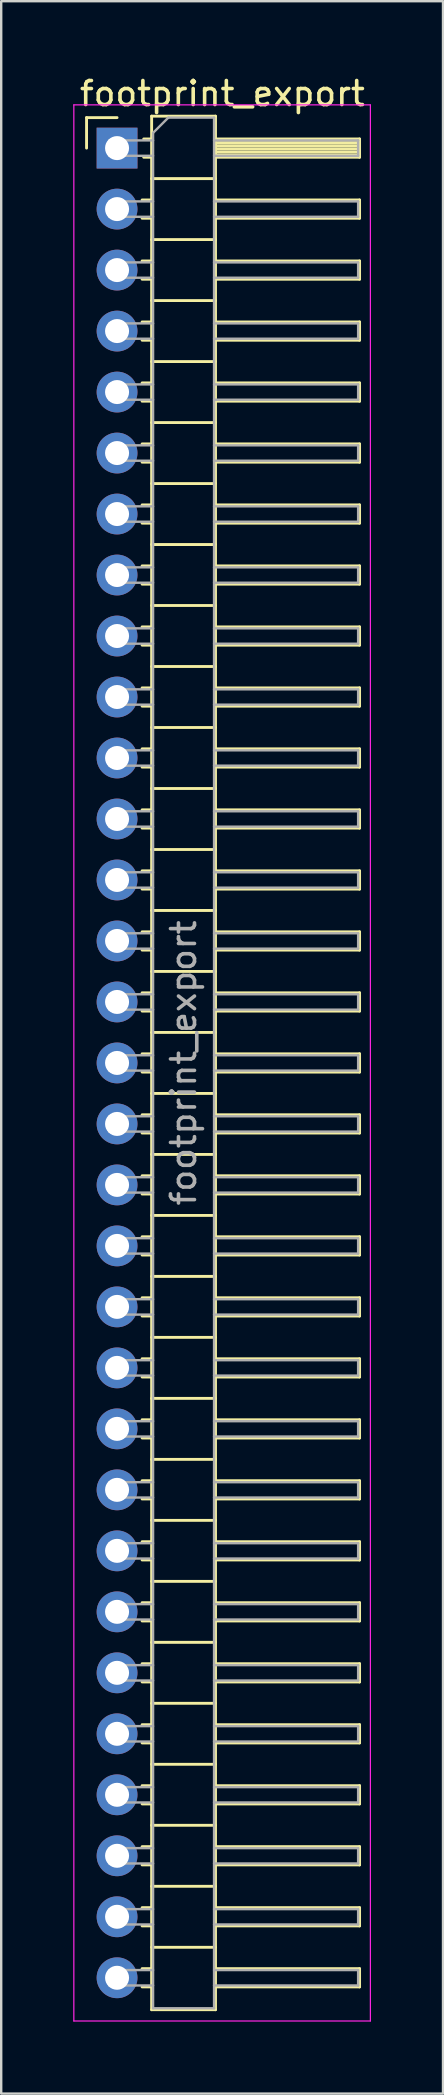
<source format=kicad_pcb>
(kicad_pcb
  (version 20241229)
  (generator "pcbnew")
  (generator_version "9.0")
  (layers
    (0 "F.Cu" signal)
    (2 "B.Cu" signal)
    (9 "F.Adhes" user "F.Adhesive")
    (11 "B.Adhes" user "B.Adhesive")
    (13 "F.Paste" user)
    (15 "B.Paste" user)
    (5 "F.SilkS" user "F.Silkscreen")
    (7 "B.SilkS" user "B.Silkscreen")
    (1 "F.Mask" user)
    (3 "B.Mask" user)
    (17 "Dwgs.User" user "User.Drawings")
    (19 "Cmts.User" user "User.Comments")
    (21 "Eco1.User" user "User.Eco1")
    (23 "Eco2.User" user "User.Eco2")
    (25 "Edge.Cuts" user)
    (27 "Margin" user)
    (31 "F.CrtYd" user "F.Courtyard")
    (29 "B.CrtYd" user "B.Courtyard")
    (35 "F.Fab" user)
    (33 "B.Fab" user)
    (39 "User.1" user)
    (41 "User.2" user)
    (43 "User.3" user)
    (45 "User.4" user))
  (footprint "footprint_export"
    (layer "F.Cu")
    (at 1.825 3.118)
    (property "Reference" "footprint_export" (at 4.385 -2.27 0) (layer "F.SilkS") (effects (font (size 1 1) (thickness 0.15))))
    (attr through_hole)
    (fp_line (start -1.27 -1.27) (end 0 -1.27) (stroke (width 0.12) (type solid)) (layer "F.SilkS"))
    (fp_line (start -1.27 0) (end -1.27 -1.27) (stroke (width 0.12) (type solid)) (layer "F.SilkS"))
    (fp_line (start 1.043 2.16) (end 1.44 2.16) (stroke (width 0.12) (type solid)) (layer "F.SilkS"))
    (fp_line (start 1.043 2.92) (end 1.44 2.92) (stroke (width 0.12) (type solid)) (layer "F.SilkS"))
    (fp_line (start 1.043 4.7) (end 1.44 4.7) (stroke (width 0.12) (type solid)) (layer "F.SilkS"))
    (fp_line (start 1.043 5.46) (end 1.44 5.46) (stroke (width 0.12) (type solid)) (layer "F.SilkS"))
    (fp_line (start 1.043 7.24) (end 1.44 7.24) (stroke (width 0.12) (type solid)) (layer "F.SilkS"))
    (fp_line (start 1.043 8) (end 1.44 8) (stroke (width 0.12) (type solid)) (layer "F.SilkS"))
    (fp_line (start 1.043 9.78) (end 1.44 9.78) (stroke (width 0.12) (type solid)) (layer "F.SilkS"))
    (fp_line (start 1.043 10.54) (end 1.44 10.54) (stroke (width 0.12) (type solid)) (layer "F.SilkS"))
    (fp_line (start 1.043 12.32) (end 1.44 12.32) (stroke (width 0.12) (type solid)) (layer "F.SilkS"))
    (fp_line (start 1.043 13.08) (end 1.44 13.08) (stroke (width 0.12) (type solid)) (layer "F.SilkS"))
    (fp_line (start 1.043 14.86) (end 1.44 14.86) (stroke (width 0.12) (type solid)) (layer "F.SilkS"))
    (fp_line (start 1.043 15.62) (end 1.44 15.62) (stroke (width 0.12) (type solid)) (layer "F.SilkS"))
    (fp_line (start 1.043 17.4) (end 1.44 17.4) (stroke (width 0.12) (type solid)) (layer "F.SilkS"))
    (fp_line (start 1.043 18.16) (end 1.44 18.16) (stroke (width 0.12) (type solid)) (layer "F.SilkS"))
    (fp_line (start 1.043 19.94) (end 1.44 19.94) (stroke (width 0.12) (type solid)) (layer "F.SilkS"))
    (fp_line (start 1.043 20.7) (end 1.44 20.7) (stroke (width 0.12) (type solid)) (layer "F.SilkS"))
    (fp_line (start 1.043 22.48) (end 1.44 22.48) (stroke (width 0.12) (type solid)) (layer "F.SilkS"))
    (fp_line (start 1.043 23.24) (end 1.44 23.24) (stroke (width 0.12) (type solid)) (layer "F.SilkS"))
    (fp_line (start 1.043 25.02) (end 1.44 25.02) (stroke (width 0.12) (type solid)) (layer "F.SilkS"))
    (fp_line (start 1.043 25.78) (end 1.44 25.78) (stroke (width 0.12) (type solid)) (layer "F.SilkS"))
    (fp_line (start 1.043 27.56) (end 1.44 27.56) (stroke (width 0.12) (type solid)) (layer "F.SilkS"))
    (fp_line (start 1.043 28.32) (end 1.44 28.32) (stroke (width 0.12) (type solid)) (layer "F.SilkS"))
    (fp_line (start 1.043 30.1) (end 1.44 30.1) (stroke (width 0.12) (type solid)) (layer "F.SilkS"))
    (fp_line (start 1.043 30.86) (end 1.44 30.86) (stroke (width 0.12) (type solid)) (layer "F.SilkS"))
    (fp_line (start 1.043 32.64) (end 1.44 32.64) (stroke (width 0.12) (type solid)) (layer "F.SilkS"))
    (fp_line (start 1.043 33.4) (end 1.44 33.4) (stroke (width 0.12) (type solid)) (layer "F.SilkS"))
    (fp_line (start 1.043 35.18) (end 1.44 35.18) (stroke (width 0.12) (type solid)) (layer "F.SilkS"))
    (fp_line (start 1.043 35.94) (end 1.44 35.94) (stroke (width 0.12) (type solid)) (layer "F.SilkS"))
    (fp_line (start 1.043 37.72) (end 1.44 37.72) (stroke (width 0.12) (type solid)) (layer "F.SilkS"))
    (fp_line (start 1.043 38.48) (end 1.44 38.48) (stroke (width 0.12) (type solid)) (layer "F.SilkS"))
    (fp_line (start 1.043 40.26) (end 1.44 40.26) (stroke (width 0.12) (type solid)) (layer "F.SilkS"))
    (fp_line (start 1.043 41.02) (end 1.44 41.02) (stroke (width 0.12) (type solid)) (layer "F.SilkS"))
    (fp_line (start 1.043 42.8) (end 1.44 42.8) (stroke (width 0.12) (type solid)) (layer "F.SilkS"))
    (fp_line (start 1.043 43.56) (end 1.44 43.56) (stroke (width 0.12) (type solid)) (layer "F.SilkS"))
    (fp_line (start 1.043 45.34) (end 1.44 45.34) (stroke (width 0.12) (type solid)) (layer "F.SilkS"))
    (fp_line (start 1.043 46.1) (end 1.44 46.1) (stroke (width 0.12) (type solid)) (layer "F.SilkS"))
    (fp_line (start 1.043 47.88) (end 1.44 47.88) (stroke (width 0.12) (type solid)) (layer "F.SilkS"))
    (fp_line (start 1.043 48.64) (end 1.44 48.64) (stroke (width 0.12) (type solid)) (layer "F.SilkS"))
    (fp_line (start 1.043 50.42) (end 1.44 50.42) (stroke (width 0.12) (type solid)) (layer "F.SilkS"))
    (fp_line (start 1.043 51.18) (end 1.44 51.18) (stroke (width 0.12) (type solid)) (layer "F.SilkS"))
    (fp_line (start 1.043 52.96) (end 1.44 52.96) (stroke (width 0.12) (type solid)) (layer "F.SilkS"))
    (fp_line (start 1.043 53.72) (end 1.44 53.72) (stroke (width 0.12) (type solid)) (layer "F.SilkS"))
    (fp_line (start 1.043 55.5) (end 1.44 55.5) (stroke (width 0.12) (type solid)) (layer "F.SilkS"))
    (fp_line (start 1.043 56.26) (end 1.44 56.26) (stroke (width 0.12) (type solid)) (layer "F.SilkS"))
    (fp_line (start 1.043 58.04) (end 1.44 58.04) (stroke (width 0.12) (type solid)) (layer "F.SilkS"))
    (fp_line (start 1.043 58.8) (end 1.44 58.8) (stroke (width 0.12) (type solid)) (layer "F.SilkS"))
    (fp_line (start 1.043 60.58) (end 1.44 60.58) (stroke (width 0.12) (type solid)) (layer "F.SilkS"))
    (fp_line (start 1.043 61.34) (end 1.44 61.34) (stroke (width 0.12) (type solid)) (layer "F.SilkS"))
    (fp_line (start 1.043 63.12) (end 1.44 63.12) (stroke (width 0.12) (type solid)) (layer "F.SilkS"))
    (fp_line (start 1.043 63.88) (end 1.44 63.88) (stroke (width 0.12) (type solid)) (layer "F.SilkS"))
    (fp_line (start 1.043 65.66) (end 1.44 65.66) (stroke (width 0.12) (type solid)) (layer "F.SilkS"))
    (fp_line (start 1.043 66.42) (end 1.44 66.42) (stroke (width 0.12) (type solid)) (layer "F.SilkS"))
    (fp_line (start 1.043 68.2) (end 1.44 68.2) (stroke (width 0.12) (type solid)) (layer "F.SilkS"))
    (fp_line (start 1.043 68.96) (end 1.44 68.96) (stroke (width 0.12) (type solid)) (layer "F.SilkS"))
    (fp_line (start 1.043 70.74) (end 1.44 70.74) (stroke (width 0.12) (type solid)) (layer "F.SilkS"))
    (fp_line (start 1.043 71.5) (end 1.44 71.5) (stroke (width 0.12) (type solid)) (layer "F.SilkS"))
    (fp_line (start 1.043 73.28) (end 1.44 73.28) (stroke (width 0.12) (type solid)) (layer "F.SilkS"))
    (fp_line (start 1.043 74.04) (end 1.44 74.04) (stroke (width 0.12) (type solid)) (layer "F.SilkS"))
    (fp_line (start 1.043 75.82) (end 1.44 75.82) (stroke (width 0.12) (type solid)) (layer "F.SilkS"))
    (fp_line (start 1.043 76.58) (end 1.44 76.58) (stroke (width 0.12) (type solid)) (layer "F.SilkS"))
    (fp_line (start 1.11 -0.38) (end 1.44 -0.38) (stroke (width 0.12) (type solid)) (layer "F.SilkS"))
    (fp_line (start 1.11 0.38) (end 1.44 0.38) (stroke (width 0.12) (type solid)) (layer "F.SilkS"))
    (fp_line (start 1.44 -1.33) (end 1.44 77.53) (stroke (width 0.12) (type solid)) (layer "F.SilkS"))
    (fp_line (start 1.44 1.27) (end 4.1 1.27) (stroke (width 0.12) (type solid)) (layer "F.SilkS"))
    (fp_line (start 1.44 3.81) (end 4.1 3.81) (stroke (width 0.12) (type solid)) (layer "F.SilkS"))
    (fp_line (start 1.44 6.35) (end 4.1 6.35) (stroke (width 0.12) (type solid)) (layer "F.SilkS"))
    (fp_line (start 1.44 8.89) (end 4.1 8.89) (stroke (width 0.12) (type solid)) (layer "F.SilkS"))
    (fp_line (start 1.44 11.43) (end 4.1 11.43) (stroke (width 0.12) (type solid)) (layer "F.SilkS"))
    (fp_line (start 1.44 13.97) (end 4.1 13.97) (stroke (width 0.12) (type solid)) (layer "F.SilkS"))
    (fp_line (start 1.44 16.51) (end 4.1 16.51) (stroke (width 0.12) (type solid)) (layer "F.SilkS"))
    (fp_line (start 1.44 19.05) (end 4.1 19.05) (stroke (width 0.12) (type solid)) (layer "F.SilkS"))
    (fp_line (start 1.44 21.59) (end 4.1 21.59) (stroke (width 0.12) (type solid)) (layer "F.SilkS"))
    (fp_line (start 1.44 24.13) (end 4.1 24.13) (stroke (width 0.12) (type solid)) (layer "F.SilkS"))
    (fp_line (start 1.44 26.67) (end 4.1 26.67) (stroke (width 0.12) (type solid)) (layer "F.SilkS"))
    (fp_line (start 1.44 29.21) (end 4.1 29.21) (stroke (width 0.12) (type solid)) (layer "F.SilkS"))
    (fp_line (start 1.44 31.75) (end 4.1 31.75) (stroke (width 0.12) (type solid)) (layer "F.SilkS"))
    (fp_line (start 1.44 34.29) (end 4.1 34.29) (stroke (width 0.12) (type solid)) (layer "F.SilkS"))
    (fp_line (start 1.44 36.83) (end 4.1 36.83) (stroke (width 0.12) (type solid)) (layer "F.SilkS"))
    (fp_line (start 1.44 39.37) (end 4.1 39.37) (stroke (width 0.12) (type solid)) (layer "F.SilkS"))
    (fp_line (start 1.44 41.91) (end 4.1 41.91) (stroke (width 0.12) (type solid)) (layer "F.SilkS"))
    (fp_line (start 1.44 44.45) (end 4.1 44.45) (stroke (width 0.12) (type solid)) (layer "F.SilkS"))
    (fp_line (start 1.44 46.99) (end 4.1 46.99) (stroke (width 0.12) (type solid)) (layer "F.SilkS"))
    (fp_line (start 1.44 49.53) (end 4.1 49.53) (stroke (width 0.12) (type solid)) (layer "F.SilkS"))
    (fp_line (start 1.44 52.07) (end 4.1 52.07) (stroke (width 0.12) (type solid)) (layer "F.SilkS"))
    (fp_line (start 1.44 54.61) (end 4.1 54.61) (stroke (width 0.12) (type solid)) (layer "F.SilkS"))
    (fp_line (start 1.44 57.15) (end 4.1 57.15) (stroke (width 0.12) (type solid)) (layer "F.SilkS"))
    (fp_line (start 1.44 59.69) (end 4.1 59.69) (stroke (width 0.12) (type solid)) (layer "F.SilkS"))
    (fp_line (start 1.44 62.23) (end 4.1 62.23) (stroke (width 0.12) (type solid)) (layer "F.SilkS"))
    (fp_line (start 1.44 64.77) (end 4.1 64.77) (stroke (width 0.12) (type solid)) (layer "F.SilkS"))
    (fp_line (start 1.44 67.31) (end 4.1 67.31) (stroke (width 0.12) (type solid)) (layer "F.SilkS"))
    (fp_line (start 1.44 69.85) (end 4.1 69.85) (stroke (width 0.12) (type solid)) (layer "F.SilkS"))
    (fp_line (start 1.44 72.39) (end 4.1 72.39) (stroke (width 0.12) (type solid)) (layer "F.SilkS"))
    (fp_line (start 1.44 74.93) (end 4.1 74.93) (stroke (width 0.12) (type solid)) (layer "F.SilkS"))
    (fp_line (start 1.44 77.53) (end 4.1 77.53) (stroke (width 0.12) (type solid)) (layer "F.SilkS"))
    (fp_line (start 4.1 -1.33) (end 1.44 -1.33) (stroke (width 0.12) (type solid)) (layer "F.SilkS"))
    (fp_line (start 4.1 -0.38) (end 10.1 -0.38) (stroke (width 0.12) (type solid)) (layer "F.SilkS"))
    (fp_line (start 4.1 -0.32) (end 10.1 -0.32) (stroke (width 0.12) (type solid)) (layer "F.SilkS"))
    (fp_line (start 4.1 -0.2) (end 10.1 -0.2) (stroke (width 0.12) (type solid)) (layer "F.SilkS"))
    (fp_line (start 4.1 -0.08) (end 10.1 -0.08) (stroke (width 0.12) (type solid)) (layer "F.SilkS"))
    (fp_line (start 4.1 0.04) (end 10.1 0.04) (stroke (width 0.12) (type solid)) (layer "F.SilkS"))
    (fp_line (start 4.1 0.16) (end 10.1 0.16) (stroke (width 0.12) (type solid)) (layer "F.SilkS"))
    (fp_line (start 4.1 0.28) (end 10.1 0.28) (stroke (width 0.12) (type solid)) (layer "F.SilkS"))
    (fp_line (start 4.1 2.16) (end 10.1 2.16) (stroke (width 0.12) (type solid)) (layer "F.SilkS"))
    (fp_line (start 4.1 4.7) (end 10.1 4.7) (stroke (width 0.12) (type solid)) (layer "F.SilkS"))
    (fp_line (start 4.1 7.24) (end 10.1 7.24) (stroke (width 0.12) (type solid)) (layer "F.SilkS"))
    (fp_line (start 4.1 9.78) (end 10.1 9.78) (stroke (width 0.12) (type solid)) (layer "F.SilkS"))
    (fp_line (start 4.1 12.32) (end 10.1 12.32) (stroke (width 0.12) (type solid)) (layer "F.SilkS"))
    (fp_line (start 4.1 14.86) (end 10.1 14.86) (stroke (width 0.12) (type solid)) (layer "F.SilkS"))
    (fp_line (start 4.1 17.4) (end 10.1 17.4) (stroke (width 0.12) (type solid)) (layer "F.SilkS"))
    (fp_line (start 4.1 19.94) (end 10.1 19.94) (stroke (width 0.12) (type solid)) (layer "F.SilkS"))
    (fp_line (start 4.1 22.48) (end 10.1 22.48) (stroke (width 0.12) (type solid)) (layer "F.SilkS"))
    (fp_line (start 4.1 25.02) (end 10.1 25.02) (stroke (width 0.12) (type solid)) (layer "F.SilkS"))
    (fp_line (start 4.1 27.56) (end 10.1 27.56) (stroke (width 0.12) (type solid)) (layer "F.SilkS"))
    (fp_line (start 4.1 30.1) (end 10.1 30.1) (stroke (width 0.12) (type solid)) (layer "F.SilkS"))
    (fp_line (start 4.1 32.64) (end 10.1 32.64) (stroke (width 0.12) (type solid)) (layer "F.SilkS"))
    (fp_line (start 4.1 35.18) (end 10.1 35.18) (stroke (width 0.12) (type solid)) (layer "F.SilkS"))
    (fp_line (start 4.1 37.72) (end 10.1 37.72) (stroke (width 0.12) (type solid)) (layer "F.SilkS"))
    (fp_line (start 4.1 40.26) (end 10.1 40.26) (stroke (width 0.12) (type solid)) (layer "F.SilkS"))
    (fp_line (start 4.1 42.8) (end 10.1 42.8) (stroke (width 0.12) (type solid)) (layer "F.SilkS"))
    (fp_line (start 4.1 45.34) (end 10.1 45.34) (stroke (width 0.12) (type solid)) (layer "F.SilkS"))
    (fp_line (start 4.1 47.88) (end 10.1 47.88) (stroke (width 0.12) (type solid)) (layer "F.SilkS"))
    (fp_line (start 4.1 50.42) (end 10.1 50.42) (stroke (width 0.12) (type solid)) (layer "F.SilkS"))
    (fp_line (start 4.1 52.96) (end 10.1 52.96) (stroke (width 0.12) (type solid)) (layer "F.SilkS"))
    (fp_line (start 4.1 55.5) (end 10.1 55.5) (stroke (width 0.12) (type solid)) (layer "F.SilkS"))
    (fp_line (start 4.1 58.04) (end 10.1 58.04) (stroke (width 0.12) (type solid)) (layer "F.SilkS"))
    (fp_line (start 4.1 60.58) (end 10.1 60.58) (stroke (width 0.12) (type solid)) (layer "F.SilkS"))
    (fp_line (start 4.1 63.12) (end 10.1 63.12) (stroke (width 0.12) (type solid)) (layer "F.SilkS"))
    (fp_line (start 4.1 65.66) (end 10.1 65.66) (stroke (width 0.12) (type solid)) (layer "F.SilkS"))
    (fp_line (start 4.1 68.2) (end 10.1 68.2) (stroke (width 0.12) (type solid)) (layer "F.SilkS"))
    (fp_line (start 4.1 70.74) (end 10.1 70.74) (stroke (width 0.12) (type solid)) (layer "F.SilkS"))
    (fp_line (start 4.1 73.28) (end 10.1 73.28) (stroke (width 0.12) (type solid)) (layer "F.SilkS"))
    (fp_line (start 4.1 75.82) (end 10.1 75.82) (stroke (width 0.12) (type solid)) (layer "F.SilkS"))
    (fp_line (start 4.1 77.53) (end 4.1 -1.33) (stroke (width 0.12) (type solid)) (layer "F.SilkS"))
    (fp_line (start 10.1 -0.38) (end 10.1 0.38) (stroke (width 0.12) (type solid)) (layer "F.SilkS"))
    (fp_line (start 10.1 0.38) (end 4.1 0.38) (stroke (width 0.12) (type solid)) (layer "F.SilkS"))
    (fp_line (start 10.1 2.16) (end 10.1 2.92) (stroke (width 0.12) (type solid)) (layer "F.SilkS"))
    (fp_line (start 10.1 2.92) (end 4.1 2.92) (stroke (width 0.12) (type solid)) (layer "F.SilkS"))
    (fp_line (start 10.1 4.7) (end 10.1 5.46) (stroke (width 0.12) (type solid)) (layer "F.SilkS"))
    (fp_line (start 10.1 5.46) (end 4.1 5.46) (stroke (width 0.12) (type solid)) (layer "F.SilkS"))
    (fp_line (start 10.1 7.24) (end 10.1 8) (stroke (width 0.12) (type solid)) (layer "F.SilkS"))
    (fp_line (start 10.1 8) (end 4.1 8) (stroke (width 0.12) (type solid)) (layer "F.SilkS"))
    (fp_line (start 10.1 9.78) (end 10.1 10.54) (stroke (width 0.12) (type solid)) (layer "F.SilkS"))
    (fp_line (start 10.1 10.54) (end 4.1 10.54) (stroke (width 0.12) (type solid)) (layer "F.SilkS"))
    (fp_line (start 10.1 12.32) (end 10.1 13.08) (stroke (width 0.12) (type solid)) (layer "F.SilkS"))
    (fp_line (start 10.1 13.08) (end 4.1 13.08) (stroke (width 0.12) (type solid)) (layer "F.SilkS"))
    (fp_line (start 10.1 14.86) (end 10.1 15.62) (stroke (width 0.12) (type solid)) (layer "F.SilkS"))
    (fp_line (start 10.1 15.62) (end 4.1 15.62) (stroke (width 0.12) (type solid)) (layer "F.SilkS"))
    (fp_line (start 10.1 17.4) (end 10.1 18.16) (stroke (width 0.12) (type solid)) (layer "F.SilkS"))
    (fp_line (start 10.1 18.16) (end 4.1 18.16) (stroke (width 0.12) (type solid)) (layer "F.SilkS"))
    (fp_line (start 10.1 19.94) (end 10.1 20.7) (stroke (width 0.12) (type solid)) (layer "F.SilkS"))
    (fp_line (start 10.1 20.7) (end 4.1 20.7) (stroke (width 0.12) (type solid)) (layer "F.SilkS"))
    (fp_line (start 10.1 22.48) (end 10.1 23.24) (stroke (width 0.12) (type solid)) (layer "F.SilkS"))
    (fp_line (start 10.1 23.24) (end 4.1 23.24) (stroke (width 0.12) (type solid)) (layer "F.SilkS"))
    (fp_line (start 10.1 25.02) (end 10.1 25.78) (stroke (width 0.12) (type solid)) (layer "F.SilkS"))
    (fp_line (start 10.1 25.78) (end 4.1 25.78) (stroke (width 0.12) (type solid)) (layer "F.SilkS"))
    (fp_line (start 10.1 27.56) (end 10.1 28.32) (stroke (width 0.12) (type solid)) (layer "F.SilkS"))
    (fp_line (start 10.1 28.32) (end 4.1 28.32) (stroke (width 0.12) (type solid)) (layer "F.SilkS"))
    (fp_line (start 10.1 30.1) (end 10.1 30.86) (stroke (width 0.12) (type solid)) (layer "F.SilkS"))
    (fp_line (start 10.1 30.86) (end 4.1 30.86) (stroke (width 0.12) (type solid)) (layer "F.SilkS"))
    (fp_line (start 10.1 32.64) (end 10.1 33.4) (stroke (width 0.12) (type solid)) (layer "F.SilkS"))
    (fp_line (start 10.1 33.4) (end 4.1 33.4) (stroke (width 0.12) (type solid)) (layer "F.SilkS"))
    (fp_line (start 10.1 35.18) (end 10.1 35.94) (stroke (width 0.12) (type solid)) (layer "F.SilkS"))
    (fp_line (start 10.1 35.94) (end 4.1 35.94) (stroke (width 0.12) (type solid)) (layer "F.SilkS"))
    (fp_line (start 10.1 37.72) (end 10.1 38.48) (stroke (width 0.12) (type solid)) (layer "F.SilkS"))
    (fp_line (start 10.1 38.48) (end 4.1 38.48) (stroke (width 0.12) (type solid)) (layer "F.SilkS"))
    (fp_line (start 10.1 40.26) (end 10.1 41.02) (stroke (width 0.12) (type solid)) (layer "F.SilkS"))
    (fp_line (start 10.1 41.02) (end 4.1 41.02) (stroke (width 0.12) (type solid)) (layer "F.SilkS"))
    (fp_line (start 10.1 42.8) (end 10.1 43.56) (stroke (width 0.12) (type solid)) (layer "F.SilkS"))
    (fp_line (start 10.1 43.56) (end 4.1 43.56) (stroke (width 0.12) (type solid)) (layer "F.SilkS"))
    (fp_line (start 10.1 45.34) (end 10.1 46.1) (stroke (width 0.12) (type solid)) (layer "F.SilkS"))
    (fp_line (start 10.1 46.1) (end 4.1 46.1) (stroke (width 0.12) (type solid)) (layer "F.SilkS"))
    (fp_line (start 10.1 47.88) (end 10.1 48.64) (stroke (width 0.12) (type solid)) (layer "F.SilkS"))
    (fp_line (start 10.1 48.64) (end 4.1 48.64) (stroke (width 0.12) (type solid)) (layer "F.SilkS"))
    (fp_line (start 10.1 50.42) (end 10.1 51.18) (stroke (width 0.12) (type solid)) (layer "F.SilkS"))
    (fp_line (start 10.1 51.18) (end 4.1 51.18) (stroke (width 0.12) (type solid)) (layer "F.SilkS"))
    (fp_line (start 10.1 52.96) (end 10.1 53.72) (stroke (width 0.12) (type solid)) (layer "F.SilkS"))
    (fp_line (start 10.1 53.72) (end 4.1 53.72) (stroke (width 0.12) (type solid)) (layer "F.SilkS"))
    (fp_line (start 10.1 55.5) (end 10.1 56.26) (stroke (width 0.12) (type solid)) (layer "F.SilkS"))
    (fp_line (start 10.1 56.26) (end 4.1 56.26) (stroke (width 0.12) (type solid)) (layer "F.SilkS"))
    (fp_line (start 10.1 58.04) (end 10.1 58.8) (stroke (width 0.12) (type solid)) (layer "F.SilkS"))
    (fp_line (start 10.1 58.8) (end 4.1 58.8) (stroke (width 0.12) (type solid)) (layer "F.SilkS"))
    (fp_line (start 10.1 60.58) (end 10.1 61.34) (stroke (width 0.12) (type solid)) (layer "F.SilkS"))
    (fp_line (start 10.1 61.34) (end 4.1 61.34) (stroke (width 0.12) (type solid)) (layer "F.SilkS"))
    (fp_line (start 10.1 63.12) (end 10.1 63.88) (stroke (width 0.12) (type solid)) (layer "F.SilkS"))
    (fp_line (start 10.1 63.88) (end 4.1 63.88) (stroke (width 0.12) (type solid)) (layer "F.SilkS"))
    (fp_line (start 10.1 65.66) (end 10.1 66.42) (stroke (width 0.12) (type solid)) (layer "F.SilkS"))
    (fp_line (start 10.1 66.42) (end 4.1 66.42) (stroke (width 0.12) (type solid)) (layer "F.SilkS"))
    (fp_line (start 10.1 68.2) (end 10.1 68.96) (stroke (width 0.12) (type solid)) (layer "F.SilkS"))
    (fp_line (start 10.1 68.96) (end 4.1 68.96) (stroke (width 0.12) (type solid)) (layer "F.SilkS"))
    (fp_line (start 10.1 70.74) (end 10.1 71.5) (stroke (width 0.12) (type solid)) (layer "F.SilkS"))
    (fp_line (start 10.1 71.5) (end 4.1 71.5) (stroke (width 0.12) (type solid)) (layer "F.SilkS"))
    (fp_line (start 10.1 73.28) (end 10.1 74.04) (stroke (width 0.12) (type solid)) (layer "F.SilkS"))
    (fp_line (start 10.1 74.04) (end 4.1 74.04) (stroke (width 0.12) (type solid)) (layer "F.SilkS"))
    (fp_line (start 10.1 75.82) (end 10.1 76.58) (stroke (width 0.12) (type solid)) (layer "F.SilkS"))
    (fp_line (start 10.1 76.58) (end 4.1 76.58) (stroke (width 0.12) (type solid)) (layer "F.SilkS"))
    (fp_line (start -1.8 -1.8) (end -1.8 78) (stroke (width 0.05) (type solid)) (layer "F.CrtYd"))
    (fp_line (start -1.8 78) (end 10.55 78) (stroke (width 0.05) (type solid)) (layer "F.CrtYd"))
    (fp_line (start 10.55 -1.8) (end -1.8 -1.8) (stroke (width 0.05) (type solid)) (layer "F.CrtYd"))
    (fp_line (start 10.55 78) (end 10.55 -1.8) (stroke (width 0.05) (type solid)) (layer "F.CrtYd"))
    (fp_line (start -0.32 -0.32) (end -0.32 0.32) (stroke (width 0.1) (type solid)) (layer "F.Fab"))
    (fp_line (start -0.32 -0.32) (end 1.5 -0.32) (stroke (width 0.1) (type solid)) (layer "F.Fab"))
    (fp_line (start -0.32 0.32) (end 1.5 0.32) (stroke (width 0.1) (type solid)) (layer "F.Fab"))
    (fp_line (start -0.32 2.22) (end -0.32 2.86) (stroke (width 0.1) (type solid)) (layer "F.Fab"))
    (fp_line (start -0.32 2.22) (end 1.5 2.22) (stroke (width 0.1) (type solid)) (layer "F.Fab"))
    (fp_line (start -0.32 2.86) (end 1.5 2.86) (stroke (width 0.1) (type solid)) (layer "F.Fab"))
    (fp_line (start -0.32 4.76) (end -0.32 5.4) (stroke (width 0.1) (type solid)) (layer "F.Fab"))
    (fp_line (start -0.32 4.76) (end 1.5 4.76) (stroke (width 0.1) (type solid)) (layer "F.Fab"))
    (fp_line (start -0.32 5.4) (end 1.5 5.4) (stroke (width 0.1) (type solid)) (layer "F.Fab"))
    (fp_line (start -0.32 7.3) (end -0.32 7.94) (stroke (width 0.1) (type solid)) (layer "F.Fab"))
    (fp_line (start -0.32 7.3) (end 1.5 7.3) (stroke (width 0.1) (type solid)) (layer "F.Fab"))
    (fp_line (start -0.32 7.94) (end 1.5 7.94) (stroke (width 0.1) (type solid)) (layer "F.Fab"))
    (fp_line (start -0.32 9.84) (end -0.32 10.48) (stroke (width 0.1) (type solid)) (layer "F.Fab"))
    (fp_line (start -0.32 9.84) (end 1.5 9.84) (stroke (width 0.1) (type solid)) (layer "F.Fab"))
    (fp_line (start -0.32 10.48) (end 1.5 10.48) (stroke (width 0.1) (type solid)) (layer "F.Fab"))
    (fp_line (start -0.32 12.38) (end -0.32 13.02) (stroke (width 0.1) (type solid)) (layer "F.Fab"))
    (fp_line (start -0.32 12.38) (end 1.5 12.38) (stroke (width 0.1) (type solid)) (layer "F.Fab"))
    (fp_line (start -0.32 13.02) (end 1.5 13.02) (stroke (width 0.1) (type solid)) (layer "F.Fab"))
    (fp_line (start -0.32 14.92) (end -0.32 15.56) (stroke (width 0.1) (type solid)) (layer "F.Fab"))
    (fp_line (start -0.32 14.92) (end 1.5 14.92) (stroke (width 0.1) (type solid)) (layer "F.Fab"))
    (fp_line (start -0.32 15.56) (end 1.5 15.56) (stroke (width 0.1) (type solid)) (layer "F.Fab"))
    (fp_line (start -0.32 17.46) (end -0.32 18.1) (stroke (width 0.1) (type solid)) (layer "F.Fab"))
    (fp_line (start -0.32 17.46) (end 1.5 17.46) (stroke (width 0.1) (type solid)) (layer "F.Fab"))
    (fp_line (start -0.32 18.1) (end 1.5 18.1) (stroke (width 0.1) (type solid)) (layer "F.Fab"))
    (fp_line (start -0.32 20) (end -0.32 20.64) (stroke (width 0.1) (type solid)) (layer "F.Fab"))
    (fp_line (start -0.32 20) (end 1.5 20) (stroke (width 0.1) (type solid)) (layer "F.Fab"))
    (fp_line (start -0.32 20.64) (end 1.5 20.64) (stroke (width 0.1) (type solid)) (layer "F.Fab"))
    (fp_line (start -0.32 22.54) (end -0.32 23.18) (stroke (width 0.1) (type solid)) (layer "F.Fab"))
    (fp_line (start -0.32 22.54) (end 1.5 22.54) (stroke (width 0.1) (type solid)) (layer "F.Fab"))
    (fp_line (start -0.32 23.18) (end 1.5 23.18) (stroke (width 0.1) (type solid)) (layer "F.Fab"))
    (fp_line (start -0.32 25.08) (end -0.32 25.72) (stroke (width 0.1) (type solid)) (layer "F.Fab"))
    (fp_line (start -0.32 25.08) (end 1.5 25.08) (stroke (width 0.1) (type solid)) (layer "F.Fab"))
    (fp_line (start -0.32 25.72) (end 1.5 25.72) (stroke (width 0.1) (type solid)) (layer "F.Fab"))
    (fp_line (start -0.32 27.62) (end -0.32 28.26) (stroke (width 0.1) (type solid)) (layer "F.Fab"))
    (fp_line (start -0.32 27.62) (end 1.5 27.62) (stroke (width 0.1) (type solid)) (layer "F.Fab"))
    (fp_line (start -0.32 28.26) (end 1.5 28.26) (stroke (width 0.1) (type solid)) (layer "F.Fab"))
    (fp_line (start -0.32 30.16) (end -0.32 30.8) (stroke (width 0.1) (type solid)) (layer "F.Fab"))
    (fp_line (start -0.32 30.16) (end 1.5 30.16) (stroke (width 0.1) (type solid)) (layer "F.Fab"))
    (fp_line (start -0.32 30.8) (end 1.5 30.8) (stroke (width 0.1) (type solid)) (layer "F.Fab"))
    (fp_line (start -0.32 32.7) (end -0.32 33.34) (stroke (width 0.1) (type solid)) (layer "F.Fab"))
    (fp_line (start -0.32 32.7) (end 1.5 32.7) (stroke (width 0.1) (type solid)) (layer "F.Fab"))
    (fp_line (start -0.32 33.34) (end 1.5 33.34) (stroke (width 0.1) (type solid)) (layer "F.Fab"))
    (fp_line (start -0.32 35.24) (end -0.32 35.88) (stroke (width 0.1) (type solid)) (layer "F.Fab"))
    (fp_line (start -0.32 35.24) (end 1.5 35.24) (stroke (width 0.1) (type solid)) (layer "F.Fab"))
    (fp_line (start -0.32 35.88) (end 1.5 35.88) (stroke (width 0.1) (type solid)) (layer "F.Fab"))
    (fp_line (start -0.32 37.78) (end -0.32 38.42) (stroke (width 0.1) (type solid)) (layer "F.Fab"))
    (fp_line (start -0.32 37.78) (end 1.5 37.78) (stroke (width 0.1) (type solid)) (layer "F.Fab"))
    (fp_line (start -0.32 38.42) (end 1.5 38.42) (stroke (width 0.1) (type solid)) (layer "F.Fab"))
    (fp_line (start -0.32 40.32) (end -0.32 40.96) (stroke (width 0.1) (type solid)) (layer "F.Fab"))
    (fp_line (start -0.32 40.32) (end 1.5 40.32) (stroke (width 0.1) (type solid)) (layer "F.Fab"))
    (fp_line (start -0.32 40.96) (end 1.5 40.96) (stroke (width 0.1) (type solid)) (layer "F.Fab"))
    (fp_line (start -0.32 42.86) (end -0.32 43.5) (stroke (width 0.1) (type solid)) (layer "F.Fab"))
    (fp_line (start -0.32 42.86) (end 1.5 42.86) (stroke (width 0.1) (type solid)) (layer "F.Fab"))
    (fp_line (start -0.32 43.5) (end 1.5 43.5) (stroke (width 0.1) (type solid)) (layer "F.Fab"))
    (fp_line (start -0.32 45.4) (end -0.32 46.04) (stroke (width 0.1) (type solid)) (layer "F.Fab"))
    (fp_line (start -0.32 45.4) (end 1.5 45.4) (stroke (width 0.1) (type solid)) (layer "F.Fab"))
    (fp_line (start -0.32 46.04) (end 1.5 46.04) (stroke (width 0.1) (type solid)) (layer "F.Fab"))
    (fp_line (start -0.32 47.94) (end -0.32 48.58) (stroke (width 0.1) (type solid)) (layer "F.Fab"))
    (fp_line (start -0.32 47.94) (end 1.5 47.94) (stroke (width 0.1) (type solid)) (layer "F.Fab"))
    (fp_line (start -0.32 48.58) (end 1.5 48.58) (stroke (width 0.1) (type solid)) (layer "F.Fab"))
    (fp_line (start -0.32 50.48) (end -0.32 51.12) (stroke (width 0.1) (type solid)) (layer "F.Fab"))
    (fp_line (start -0.32 50.48) (end 1.5 50.48) (stroke (width 0.1) (type solid)) (layer "F.Fab"))
    (fp_line (start -0.32 51.12) (end 1.5 51.12) (stroke (width 0.1) (type solid)) (layer "F.Fab"))
    (fp_line (start -0.32 53.02) (end -0.32 53.66) (stroke (width 0.1) (type solid)) (layer "F.Fab"))
    (fp_line (start -0.32 53.02) (end 1.5 53.02) (stroke (width 0.1) (type solid)) (layer "F.Fab"))
    (fp_line (start -0.32 53.66) (end 1.5 53.66) (stroke (width 0.1) (type solid)) (layer "F.Fab"))
    (fp_line (start -0.32 55.56) (end -0.32 56.2) (stroke (width 0.1) (type solid)) (layer "F.Fab"))
    (fp_line (start -0.32 55.56) (end 1.5 55.56) (stroke (width 0.1) (type solid)) (layer "F.Fab"))
    (fp_line (start -0.32 56.2) (end 1.5 56.2) (stroke (width 0.1) (type solid)) (layer "F.Fab"))
    (fp_line (start -0.32 58.1) (end -0.32 58.74) (stroke (width 0.1) (type solid)) (layer "F.Fab"))
    (fp_line (start -0.32 58.1) (end 1.5 58.1) (stroke (width 0.1) (type solid)) (layer "F.Fab"))
    (fp_line (start -0.32 58.74) (end 1.5 58.74) (stroke (width 0.1) (type solid)) (layer "F.Fab"))
    (fp_line (start -0.32 60.64) (end -0.32 61.28) (stroke (width 0.1) (type solid)) (layer "F.Fab"))
    (fp_line (start -0.32 60.64) (end 1.5 60.64) (stroke (width 0.1) (type solid)) (layer "F.Fab"))
    (fp_line (start -0.32 61.28) (end 1.5 61.28) (stroke (width 0.1) (type solid)) (layer "F.Fab"))
    (fp_line (start -0.32 63.18) (end -0.32 63.82) (stroke (width 0.1) (type solid)) (layer "F.Fab"))
    (fp_line (start -0.32 63.18) (end 1.5 63.18) (stroke (width 0.1) (type solid)) (layer "F.Fab"))
    (fp_line (start -0.32 63.82) (end 1.5 63.82) (stroke (width 0.1) (type solid)) (layer "F.Fab"))
    (fp_line (start -0.32 65.72) (end -0.32 66.36) (stroke (width 0.1) (type solid)) (layer "F.Fab"))
    (fp_line (start -0.32 65.72) (end 1.5 65.72) (stroke (width 0.1) (type solid)) (layer "F.Fab"))
    (fp_line (start -0.32 66.36) (end 1.5 66.36) (stroke (width 0.1) (type solid)) (layer "F.Fab"))
    (fp_line (start -0.32 68.26) (end -0.32 68.9) (stroke (width 0.1) (type solid)) (layer "F.Fab"))
    (fp_line (start -0.32 68.26) (end 1.5 68.26) (stroke (width 0.1) (type solid)) (layer "F.Fab"))
    (fp_line (start -0.32 68.9) (end 1.5 68.9) (stroke (width 0.1) (type solid)) (layer "F.Fab"))
    (fp_line (start -0.32 70.8) (end -0.32 71.44) (stroke (width 0.1) (type solid)) (layer "F.Fab"))
    (fp_line (start -0.32 70.8) (end 1.5 70.8) (stroke (width 0.1) (type solid)) (layer "F.Fab"))
    (fp_line (start -0.32 71.44) (end 1.5 71.44) (stroke (width 0.1) (type solid)) (layer "F.Fab"))
    (fp_line (start -0.32 73.34) (end -0.32 73.98) (stroke (width 0.1) (type solid)) (layer "F.Fab"))
    (fp_line (start -0.32 73.34) (end 1.5 73.34) (stroke (width 0.1) (type solid)) (layer "F.Fab"))
    (fp_line (start -0.32 73.98) (end 1.5 73.98) (stroke (width 0.1) (type solid)) (layer "F.Fab"))
    (fp_line (start -0.32 75.88) (end -0.32 76.52) (stroke (width 0.1) (type solid)) (layer "F.Fab"))
    (fp_line (start -0.32 75.88) (end 1.5 75.88) (stroke (width 0.1) (type solid)) (layer "F.Fab"))
    (fp_line (start -0.32 76.52) (end 1.5 76.52) (stroke (width 0.1) (type solid)) (layer "F.Fab"))
    (fp_line (start 1.5 -0.635) (end 2.135 -1.27) (stroke (width 0.1) (type solid)) (layer "F.Fab"))
    (fp_line (start 1.5 77.47) (end 1.5 -0.635) (stroke (width 0.1) (type solid)) (layer "F.Fab"))
    (fp_line (start 2.135 -1.27) (end 4.04 -1.27) (stroke (width 0.1) (type solid)) (layer "F.Fab"))
    (fp_line (start 4.04 -1.27) (end 4.04 77.47) (stroke (width 0.1) (type solid)) (layer "F.Fab"))
    (fp_line (start 4.04 -0.32) (end 10.04 -0.32) (stroke (width 0.1) (type solid)) (layer "F.Fab"))
    (fp_line (start 4.04 0.32) (end 10.04 0.32) (stroke (width 0.1) (type solid)) (layer "F.Fab"))
    (fp_line (start 4.04 2.22) (end 10.04 2.22) (stroke (width 0.1) (type solid)) (layer "F.Fab"))
    (fp_line (start 4.04 2.86) (end 10.04 2.86) (stroke (width 0.1) (type solid)) (layer "F.Fab"))
    (fp_line (start 4.04 4.76) (end 10.04 4.76) (stroke (width 0.1) (type solid)) (layer "F.Fab"))
    (fp_line (start 4.04 5.4) (end 10.04 5.4) (stroke (width 0.1) (type solid)) (layer "F.Fab"))
    (fp_line (start 4.04 7.3) (end 10.04 7.3) (stroke (width 0.1) (type solid)) (layer "F.Fab"))
    (fp_line (start 4.04 7.94) (end 10.04 7.94) (stroke (width 0.1) (type solid)) (layer "F.Fab"))
    (fp_line (start 4.04 9.84) (end 10.04 9.84) (stroke (width 0.1) (type solid)) (layer "F.Fab"))
    (fp_line (start 4.04 10.48) (end 10.04 10.48) (stroke (width 0.1) (type solid)) (layer "F.Fab"))
    (fp_line (start 4.04 12.38) (end 10.04 12.38) (stroke (width 0.1) (type solid)) (layer "F.Fab"))
    (fp_line (start 4.04 13.02) (end 10.04 13.02) (stroke (width 0.1) (type solid)) (layer "F.Fab"))
    (fp_line (start 4.04 14.92) (end 10.04 14.92) (stroke (width 0.1) (type solid)) (layer "F.Fab"))
    (fp_line (start 4.04 15.56) (end 10.04 15.56) (stroke (width 0.1) (type solid)) (layer "F.Fab"))
    (fp_line (start 4.04 17.46) (end 10.04 17.46) (stroke (width 0.1) (type solid)) (layer "F.Fab"))
    (fp_line (start 4.04 18.1) (end 10.04 18.1) (stroke (width 0.1) (type solid)) (layer "F.Fab"))
    (fp_line (start 4.04 20) (end 10.04 20) (stroke (width 0.1) (type solid)) (layer "F.Fab"))
    (fp_line (start 4.04 20.64) (end 10.04 20.64) (stroke (width 0.1) (type solid)) (layer "F.Fab"))
    (fp_line (start 4.04 22.54) (end 10.04 22.54) (stroke (width 0.1) (type solid)) (layer "F.Fab"))
    (fp_line (start 4.04 23.18) (end 10.04 23.18) (stroke (width 0.1) (type solid)) (layer "F.Fab"))
    (fp_line (start 4.04 25.08) (end 10.04 25.08) (stroke (width 0.1) (type solid)) (layer "F.Fab"))
    (fp_line (start 4.04 25.72) (end 10.04 25.72) (stroke (width 0.1) (type solid)) (layer "F.Fab"))
    (fp_line (start 4.04 27.62) (end 10.04 27.62) (stroke (width 0.1) (type solid)) (layer "F.Fab"))
    (fp_line (start 4.04 28.26) (end 10.04 28.26) (stroke (width 0.1) (type solid)) (layer "F.Fab"))
    (fp_line (start 4.04 30.16) (end 10.04 30.16) (stroke (width 0.1) (type solid)) (layer "F.Fab"))
    (fp_line (start 4.04 30.8) (end 10.04 30.8) (stroke (width 0.1) (type solid)) (layer "F.Fab"))
    (fp_line (start 4.04 32.7) (end 10.04 32.7) (stroke (width 0.1) (type solid)) (layer "F.Fab"))
    (fp_line (start 4.04 33.34) (end 10.04 33.34) (stroke (width 0.1) (type solid)) (layer "F.Fab"))
    (fp_line (start 4.04 35.24) (end 10.04 35.24) (stroke (width 0.1) (type solid)) (layer "F.Fab"))
    (fp_line (start 4.04 35.88) (end 10.04 35.88) (stroke (width 0.1) (type solid)) (layer "F.Fab"))
    (fp_line (start 4.04 37.78) (end 10.04 37.78) (stroke (width 0.1) (type solid)) (layer "F.Fab"))
    (fp_line (start 4.04 38.42) (end 10.04 38.42) (stroke (width 0.1) (type solid)) (layer "F.Fab"))
    (fp_line (start 4.04 40.32) (end 10.04 40.32) (stroke (width 0.1) (type solid)) (layer "F.Fab"))
    (fp_line (start 4.04 40.96) (end 10.04 40.96) (stroke (width 0.1) (type solid)) (layer "F.Fab"))
    (fp_line (start 4.04 42.86) (end 10.04 42.86) (stroke (width 0.1) (type solid)) (layer "F.Fab"))
    (fp_line (start 4.04 43.5) (end 10.04 43.5) (stroke (width 0.1) (type solid)) (layer "F.Fab"))
    (fp_line (start 4.04 45.4) (end 10.04 45.4) (stroke (width 0.1) (type solid)) (layer "F.Fab"))
    (fp_line (start 4.04 46.04) (end 10.04 46.04) (stroke (width 0.1) (type solid)) (layer "F.Fab"))
    (fp_line (start 4.04 47.94) (end 10.04 47.94) (stroke (width 0.1) (type solid)) (layer "F.Fab"))
    (fp_line (start 4.04 48.58) (end 10.04 48.58) (stroke (width 0.1) (type solid)) (layer "F.Fab"))
    (fp_line (start 4.04 50.48) (end 10.04 50.48) (stroke (width 0.1) (type solid)) (layer "F.Fab"))
    (fp_line (start 4.04 51.12) (end 10.04 51.12) (stroke (width 0.1) (type solid)) (layer "F.Fab"))
    (fp_line (start 4.04 53.02) (end 10.04 53.02) (stroke (width 0.1) (type solid)) (layer "F.Fab"))
    (fp_line (start 4.04 53.66) (end 10.04 53.66) (stroke (width 0.1) (type solid)) (layer "F.Fab"))
    (fp_line (start 4.04 55.56) (end 10.04 55.56) (stroke (width 0.1) (type solid)) (layer "F.Fab"))
    (fp_line (start 4.04 56.2) (end 10.04 56.2) (stroke (width 0.1) (type solid)) (layer "F.Fab"))
    (fp_line (start 4.04 58.1) (end 10.04 58.1) (stroke (width 0.1) (type solid)) (layer "F.Fab"))
    (fp_line (start 4.04 58.74) (end 10.04 58.74) (stroke (width 0.1) (type solid)) (layer "F.Fab"))
    (fp_line (start 4.04 60.64) (end 10.04 60.64) (stroke (width 0.1) (type solid)) (layer "F.Fab"))
    (fp_line (start 4.04 61.28) (end 10.04 61.28) (stroke (width 0.1) (type solid)) (layer "F.Fab"))
    (fp_line (start 4.04 63.18) (end 10.04 63.18) (stroke (width 0.1) (type solid)) (layer "F.Fab"))
    (fp_line (start 4.04 63.82) (end 10.04 63.82) (stroke (width 0.1) (type solid)) (layer "F.Fab"))
    (fp_line (start 4.04 65.72) (end 10.04 65.72) (stroke (width 0.1) (type solid)) (layer "F.Fab"))
    (fp_line (start 4.04 66.36) (end 10.04 66.36) (stroke (width 0.1) (type solid)) (layer "F.Fab"))
    (fp_line (start 4.04 68.26) (end 10.04 68.26) (stroke (width 0.1) (type solid)) (layer "F.Fab"))
    (fp_line (start 4.04 68.9) (end 10.04 68.9) (stroke (width 0.1) (type solid)) (layer "F.Fab"))
    (fp_line (start 4.04 70.8) (end 10.04 70.8) (stroke (width 0.1) (type solid)) (layer "F.Fab"))
    (fp_line (start 4.04 71.44) (end 10.04 71.44) (stroke (width 0.1) (type solid)) (layer "F.Fab"))
    (fp_line (start 4.04 73.34) (end 10.04 73.34) (stroke (width 0.1) (type solid)) (layer "F.Fab"))
    (fp_line (start 4.04 73.98) (end 10.04 73.98) (stroke (width 0.1) (type solid)) (layer "F.Fab"))
    (fp_line (start 4.04 75.88) (end 10.04 75.88) (stroke (width 0.1) (type solid)) (layer "F.Fab"))
    (fp_line (start 4.04 76.52) (end 10.04 76.52) (stroke (width 0.1) (type solid)) (layer "F.Fab"))
    (fp_line (start 4.04 77.47) (end 1.5 77.47) (stroke (width 0.1) (type solid)) (layer "F.Fab"))
    (fp_line (start 10.04 -0.32) (end 10.04 0.32) (stroke (width 0.1) (type solid)) (layer "F.Fab"))
    (fp_line (start 10.04 2.22) (end 10.04 2.86) (stroke (width 0.1) (type solid)) (layer "F.Fab"))
    (fp_line (start 10.04 4.76) (end 10.04 5.4) (stroke (width 0.1) (type solid)) (layer "F.Fab"))
    (fp_line (start 10.04 7.3) (end 10.04 7.94) (stroke (width 0.1) (type solid)) (layer "F.Fab"))
    (fp_line (start 10.04 9.84) (end 10.04 10.48) (stroke (width 0.1) (type solid)) (layer "F.Fab"))
    (fp_line (start 10.04 12.38) (end 10.04 13.02) (stroke (width 0.1) (type solid)) (layer "F.Fab"))
    (fp_line (start 10.04 14.92) (end 10.04 15.56) (stroke (width 0.1) (type solid)) (layer "F.Fab"))
    (fp_line (start 10.04 17.46) (end 10.04 18.1) (stroke (width 0.1) (type solid)) (layer "F.Fab"))
    (fp_line (start 10.04 20) (end 10.04 20.64) (stroke (width 0.1) (type solid)) (layer "F.Fab"))
    (fp_line (start 10.04 22.54) (end 10.04 23.18) (stroke (width 0.1) (type solid)) (layer "F.Fab"))
    (fp_line (start 10.04 25.08) (end 10.04 25.72) (stroke (width 0.1) (type solid)) (layer "F.Fab"))
    (fp_line (start 10.04 27.62) (end 10.04 28.26) (stroke (width 0.1) (type solid)) (layer "F.Fab"))
    (fp_line (start 10.04 30.16) (end 10.04 30.8) (stroke (width 0.1) (type solid)) (layer "F.Fab"))
    (fp_line (start 10.04 32.7) (end 10.04 33.34) (stroke (width 0.1) (type solid)) (layer "F.Fab"))
    (fp_line (start 10.04 35.24) (end 10.04 35.88) (stroke (width 0.1) (type solid)) (layer "F.Fab"))
    (fp_line (start 10.04 37.78) (end 10.04 38.42) (stroke (width 0.1) (type solid)) (layer "F.Fab"))
    (fp_line (start 10.04 40.32) (end 10.04 40.96) (stroke (width 0.1) (type solid)) (layer "F.Fab"))
    (fp_line (start 10.04 42.86) (end 10.04 43.5) (stroke (width 0.1) (type solid)) (layer "F.Fab"))
    (fp_line (start 10.04 45.4) (end 10.04 46.04) (stroke (width 0.1) (type solid)) (layer "F.Fab"))
    (fp_line (start 10.04 47.94) (end 10.04 48.58) (stroke (width 0.1) (type solid)) (layer "F.Fab"))
    (fp_line (start 10.04 50.48) (end 10.04 51.12) (stroke (width 0.1) (type solid)) (layer "F.Fab"))
    (fp_line (start 10.04 53.02) (end 10.04 53.66) (stroke (width 0.1) (type solid)) (layer "F.Fab"))
    (fp_line (start 10.04 55.56) (end 10.04 56.2) (stroke (width 0.1) (type solid)) (layer "F.Fab"))
    (fp_line (start 10.04 58.1) (end 10.04 58.74) (stroke (width 0.1) (type solid)) (layer "F.Fab"))
    (fp_line (start 10.04 60.64) (end 10.04 61.28) (stroke (width 0.1) (type solid)) (layer "F.Fab"))
    (fp_line (start 10.04 63.18) (end 10.04 63.82) (stroke (width 0.1) (type solid)) (layer "F.Fab"))
    (fp_line (start 10.04 65.72) (end 10.04 66.36) (stroke (width 0.1) (type solid)) (layer "F.Fab"))
    (fp_line (start 10.04 68.26) (end 10.04 68.9) (stroke (width 0.1) (type solid)) (layer "F.Fab"))
    (fp_line (start 10.04 70.8) (end 10.04 71.44) (stroke (width 0.1) (type solid)) (layer "F.Fab"))
    (fp_line (start 10.04 73.34) (end 10.04 73.98) (stroke (width 0.1) (type solid)) (layer "F.Fab"))
    (fp_line (start 10.04 75.88) (end 10.04 76.52) (stroke (width 0.1) (type solid)) (layer "F.Fab"))
    (fp_text user "${REFERENCE}" (at 2.77 38.1 90) (layer "F.Fab") (effects (font (size 1 1) (thickness 0.15))))
    (pad "1" thru_hole rect (at 0 0) (size 1.7 1.7) (drill 1) (layers "*.Cu" "*.Mask"))
    (pad "2" thru_hole oval (at 0 2.54) (size 1.7 1.7) (drill 1) (layers "*.Cu" "*.Mask"))
    (pad "3" thru_hole oval (at 0 5.08) (size 1.7 1.7) (drill 1) (layers "*.Cu" "*.Mask"))
    (pad "4" thru_hole oval (at 0 7.62) (size 1.7 1.7) (drill 1) (layers "*.Cu" "*.Mask"))
    (pad "5" thru_hole oval (at 0 10.16) (size 1.7 1.7) (drill 1) (layers "*.Cu" "*.Mask"))
    (pad "6" thru_hole oval (at 0 12.7) (size 1.7 1.7) (drill 1) (layers "*.Cu" "*.Mask"))
    (pad "7" thru_hole oval (at 0 15.24) (size 1.7 1.7) (drill 1) (layers "*.Cu" "*.Mask"))
    (pad "8" thru_hole oval (at 0 17.78) (size 1.7 1.7) (drill 1) (layers "*.Cu" "*.Mask"))
    (pad "9" thru_hole oval (at 0 20.32) (size 1.7 1.7) (drill 1) (layers "*.Cu" "*.Mask"))
    (pad "10" thru_hole oval (at 0 22.86) (size 1.7 1.7) (drill 1) (layers "*.Cu" "*.Mask"))
    (pad "11" thru_hole oval (at 0 25.4) (size 1.7 1.7) (drill 1) (layers "*.Cu" "*.Mask"))
    (pad "12" thru_hole oval (at 0 27.94) (size 1.7 1.7) (drill 1) (layers "*.Cu" "*.Mask"))
    (pad "13" thru_hole oval (at 0 30.48) (size 1.7 1.7) (drill 1) (layers "*.Cu" "*.Mask"))
    (pad "14" thru_hole oval (at 0 33.02) (size 1.7 1.7) (drill 1) (layers "*.Cu" "*.Mask"))
    (pad "15" thru_hole oval (at 0 35.56) (size 1.7 1.7) (drill 1) (layers "*.Cu" "*.Mask"))
    (pad "16" thru_hole oval (at 0 38.1) (size 1.7 1.7) (drill 1) (layers "*.Cu" "*.Mask"))
    (pad "17" thru_hole oval (at 0 40.64) (size 1.7 1.7) (drill 1) (layers "*.Cu" "*.Mask"))
    (pad "18" thru_hole oval (at 0 43.18) (size 1.7 1.7) (drill 1) (layers "*.Cu" "*.Mask"))
    (pad "19" thru_hole oval (at 0 45.72) (size 1.7 1.7) (drill 1) (layers "*.Cu" "*.Mask"))
    (pad "20" thru_hole oval (at 0 48.26) (size 1.7 1.7) (drill 1) (layers "*.Cu" "*.Mask"))
    (pad "21" thru_hole oval (at 0 50.8) (size 1.7 1.7) (drill 1) (layers "*.Cu" "*.Mask"))
    (pad "22" thru_hole oval (at 0 53.34) (size 1.7 1.7) (drill 1) (layers "*.Cu" "*.Mask"))
    (pad "23" thru_hole oval (at 0 55.88) (size 1.7 1.7) (drill 1) (layers "*.Cu" "*.Mask"))
    (pad "24" thru_hole oval (at 0 58.42) (size 1.7 1.7) (drill 1) (layers "*.Cu" "*.Mask"))
    (pad "25" thru_hole oval (at 0 60.96) (size 1.7 1.7) (drill 1) (layers "*.Cu" "*.Mask"))
    (pad "26" thru_hole oval (at 0 63.5) (size 1.7 1.7) (drill 1) (layers "*.Cu" "*.Mask"))
    (pad "27" thru_hole oval (at 0 66.04) (size 1.7 1.7) (drill 1) (layers "*.Cu" "*.Mask"))
    (pad "28" thru_hole oval (at 0 68.58) (size 1.7 1.7) (drill 1) (layers "*.Cu" "*.Mask"))
    (pad "29" thru_hole oval (at 0 71.12) (size 1.7 1.7) (drill 1) (layers "*.Cu" "*.Mask"))
    (pad "30" thru_hole oval (at 0 73.66) (size 1.7 1.7) (drill 1) (layers "*.Cu" "*.Mask"))
    (pad "31" thru_hole oval (at 0 76.2) (size 1.7 1.7) (drill 1) (layers "*.Cu" "*.Mask")))
  (gr_rect
    (start -3 -3)
    (end 15.4 84.143)
    (stroke (width 0.1) (type default))
    (fill no)
    (layer "Edge.Cuts")))
</source>
